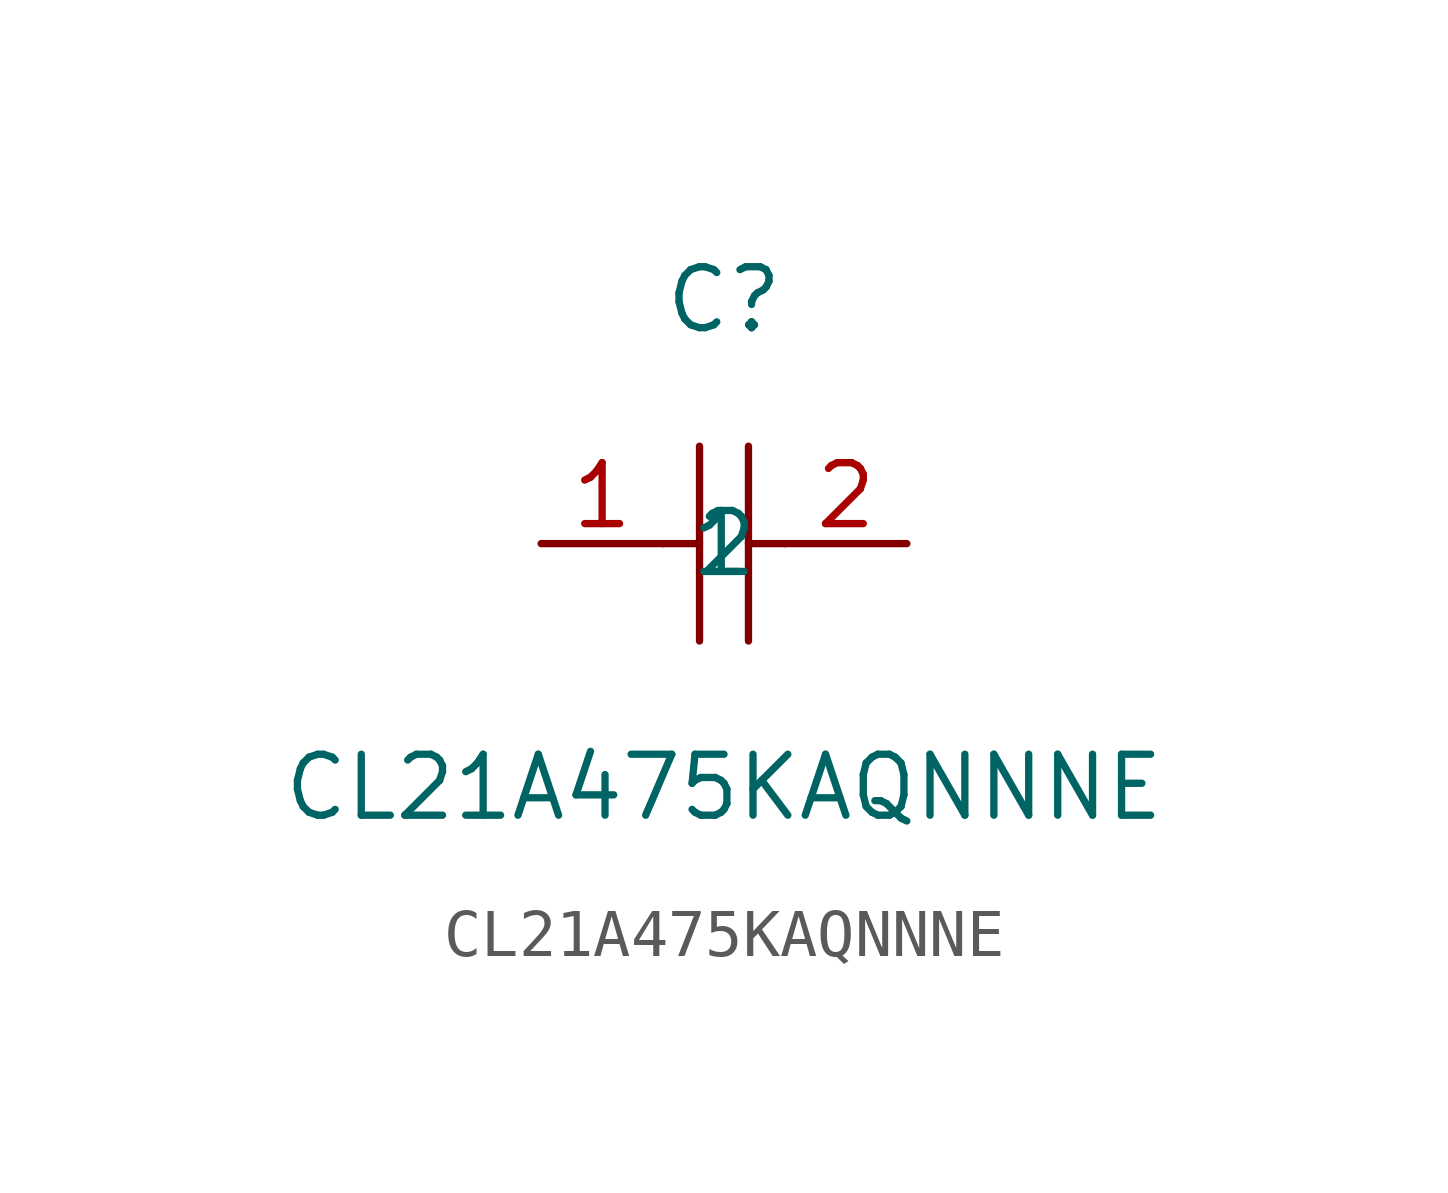
<source format=kicad_sym>
(kicad_symbol_lib
  (version 20211014)
  (generator https://github.com/uPesy/easyeda2kicad.py)
  (symbol "CL21A475KAQNNNE"
    (property "Reference" "C"
      (at 0 5.08 0)
      (effects (font (size 1.27 1.27))))
    (property "Value" "CL21A475KAQNNNE"
      (at 0 -5.08 0)
      (effects (font (size 1.27 1.27))))
    (symbol "CL21A475KAQNNNE_0_1"
      (polyline (pts (xy -0.51 2.03) (xy -0.51 -2.03)) (stroke (width 0) (type default) (color 0 0 0 0)) (fill (type none)))
      (polyline (pts (xy 0.51 2.03) (xy 0.51 -2.03)) (stroke (width 0) (type default) (color 0 0 0 0)) (fill (type none)))
      (polyline (pts (xy -1.27 -0.00) (xy -0.51 -0.00)) (stroke (width 0) (type default) (color 0 0 0 0)) (fill (type none)))
      (polyline (pts (xy 0.51 -0.00) (xy 1.27 -0.00)) (stroke (width 0) (type default) (color 0 0 0 0)) (fill (type none)))
      (pin input line (at -3.81 -0.00 0) (length 2.54) (name "1" (effects (font (size 1.27 1.27)))) (number "1" (effects (font (size 1.27 1.27)))))
      (pin input line (at 3.81 -0.00 180) (length 2.54) (name "2" (effects (font (size 1.27 1.27)))) (number "2" (effects (font (size 1.27 1.27))))))))
</source>
